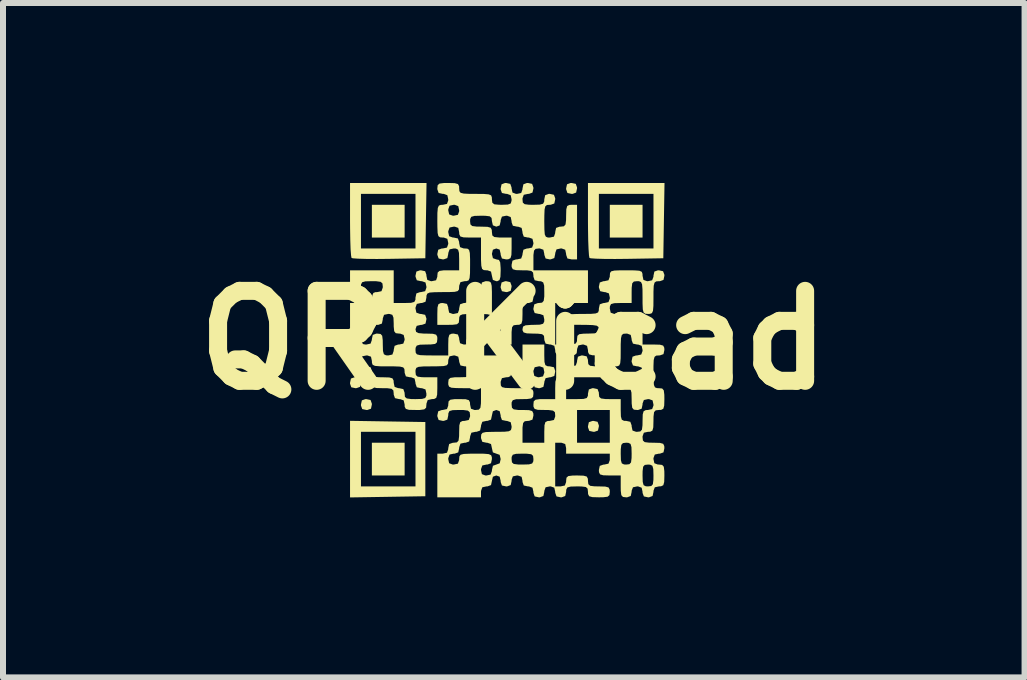
<source format=kicad_pcb>
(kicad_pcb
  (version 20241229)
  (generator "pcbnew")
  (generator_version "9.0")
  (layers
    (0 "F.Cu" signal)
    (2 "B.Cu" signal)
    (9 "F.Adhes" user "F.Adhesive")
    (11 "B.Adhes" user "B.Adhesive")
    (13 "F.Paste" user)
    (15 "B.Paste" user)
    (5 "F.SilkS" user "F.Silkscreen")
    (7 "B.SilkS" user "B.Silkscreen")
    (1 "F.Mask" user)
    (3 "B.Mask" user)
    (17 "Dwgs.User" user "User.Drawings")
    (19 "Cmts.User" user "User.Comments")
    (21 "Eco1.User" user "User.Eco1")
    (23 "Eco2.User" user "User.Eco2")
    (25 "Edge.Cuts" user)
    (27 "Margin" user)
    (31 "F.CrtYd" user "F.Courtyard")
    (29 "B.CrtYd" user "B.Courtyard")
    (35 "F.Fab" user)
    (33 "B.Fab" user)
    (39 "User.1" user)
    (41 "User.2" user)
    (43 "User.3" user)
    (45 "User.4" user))
  (footprint "QR Kicad"
    (layer "F.Cu")
    (at 5.514 2.62)
    (property "Reference" "QR Kicad" (at 0 0 0) (layer "F.SilkS") (effects (font (size 1.5 1.5) (thickness 0.3))))
    (attr board_only exclude_from_pos_files exclude_from_bom)
    (fp_poly (pts (xy -1.819 -1.983) (xy -1.819 -1.71) (xy -2.092 -1.71) (xy -2.365 -1.71) (xy -2.365 -1.983) (xy -2.365 -2.256) (xy -2.092 -2.256) (xy -1.819 -2.256)) (stroke (width 0) (type solid)) (fill yes) (layer "F.SilkS"))
    (fp_poly (pts (xy -1.819 1.983) (xy -1.819 2.256) (xy -2.092 2.256) (xy -2.365 2.256) (xy -2.365 1.983) (xy -2.365 1.71) (xy -2.092 1.71) (xy -1.819 1.71)) (stroke (width 0) (type solid)) (fill yes) (layer "F.SilkS"))
    (fp_poly (pts (xy 2.147 -1.983) (xy 2.147 -1.71) (xy 1.874 -1.71) (xy 1.601 -1.71) (xy 1.601 -1.983) (xy 1.601 -2.256) (xy 1.874 -2.256) (xy 2.147 -2.256)) (stroke (width 0) (type solid)) (fill yes) (layer "F.SilkS"))
    (fp_poly (pts (xy -2.387 0.998) (xy -2.366 1.057) (xy -2.365 1.073) (xy -2.38 1.143) (xy -2.44 1.164) (xy -2.456 1.164) (xy -2.526 1.149) (xy -2.547 1.09) (xy -2.547 1.073) (xy -2.532 1.004) (xy -2.473 0.983) (xy -2.456 0.983)) (stroke (width 0) (type solid)) (fill yes) (layer "F.SilkS"))
    (fp_poly (pts (xy -0.058 -0.967) (xy -0.037 -0.908) (xy -0.036 -0.892) (xy -0.051 -0.822) (xy -0.111 -0.801) (xy -0.127 -0.801) (xy -0.197 -0.816) (xy -0.218 -0.875) (xy -0.218 -0.892) (xy -0.203 -0.961) (xy -0.144 -0.982) (xy -0.127 -0.983)) (stroke (width 0) (type solid)) (fill yes) (layer "F.SilkS"))
    (fp_poly (pts (xy 1.034 -2.605) (xy 1.055 -2.546) (xy 1.055 -2.529) (xy 1.04 -2.46) (xy 0.981 -2.438) (xy 0.964 -2.438) (xy 0.895 -2.453) (xy 0.874 -2.512) (xy 0.873 -2.529) (xy 0.888 -2.598) (xy 0.948 -2.62) (xy 0.964 -2.62)) (stroke (width 0) (type solid)) (fill yes) (layer "F.SilkS"))
    (fp_poly (pts (xy 1.397 1.361) (xy 1.419 1.421) (xy 1.419 1.437) (xy 1.404 1.507) (xy 1.345 1.528) (xy 1.328 1.528) (xy 1.259 1.513) (xy 1.238 1.454) (xy 1.237 1.437) (xy 1.252 1.368) (xy 1.311 1.347) (xy 1.328 1.346)) (stroke (width 0) (type solid)) (fill yes) (layer "F.SilkS"))
    (fp_poly (pts (xy -2.102 1.355) (xy -1.474 1.365) (xy -1.474 1.983) (xy -1.474 2.602) (xy -2.102 2.612) (xy -2.729 2.622) (xy -2.729 1.983) (xy -2.547 1.983) (xy -2.547 2.438) (xy -2.092 2.438) (xy -1.638 2.438) (xy -1.638 1.983) (xy -1.638 1.528) (xy -2.092 1.528) (xy -2.547 1.528) (xy -2.547 1.983) (xy -2.729 1.983) (xy -2.729 1.345)) (stroke (width 0) (type solid)) (fill yes) (layer "F.SilkS"))
    (fp_poly (pts (xy 1.216 0.27) (xy 1.237 0.329) (xy 1.237 0.346) (xy 1.243 0.4) (xy 1.273 0.427) (xy 1.346 0.436) (xy 1.419 0.437) (xy 1.527 0.44) (xy 1.581 0.455) (xy 1.599 0.491) (xy 1.601 0.528) (xy 1.601 0.619) (xy 1.237 0.619) (xy 0.873 0.619) (xy 0.873 0.528) (xy 0.888 0.458) (xy 0.948 0.437) (xy 0.964 0.437) (xy 1.034 0.422) (xy 1.055 0.362) (xy 1.055 0.346) (xy 1.07 0.276) (xy 1.13 0.255) (xy 1.146 0.255)) (stroke (width 0) (type solid)) (fill yes) (layer "F.SilkS"))
    (fp_poly (pts (xy -1.464 -1.992) (xy -1.474 -1.365) (xy -2.076 -1.355) (xy -2.279 -1.353) (xy -2.456 -1.354) (xy -2.594 -1.358) (xy -2.68 -1.364) (xy -2.704 -1.37) (xy -2.712 -1.413) (xy -2.72 -1.516) (xy -2.725 -1.667) (xy -2.728 -1.853) (xy -2.729 -1.983) (xy -2.547 -1.983) (xy -2.547 -1.528) (xy -2.092 -1.528) (xy -1.638 -1.528) (xy -1.638 -1.983) (xy -1.638 -2.438) (xy -2.092 -2.438) (xy -2.547 -2.438) (xy -2.547 -1.983) (xy -2.729 -1.983) (xy -2.729 -2.007) (xy -2.729 -2.62) (xy -2.092 -2.62) (xy -1.454 -2.62)) (stroke (width 0) (type solid)) (fill yes) (layer "F.SilkS"))
    (fp_poly (pts (xy 2.503 -1.992) (xy 2.493 -1.365) (xy 1.89 -1.355) (xy 1.688 -1.353) (xy 1.511 -1.354) (xy 1.373 -1.358) (xy 1.286 -1.364) (xy 1.262 -1.37) (xy 1.254 -1.413) (xy 1.247 -1.516) (xy 1.241 -1.667) (xy 1.238 -1.853) (xy 1.237 -1.983) (xy 1.419 -1.983) (xy 1.419 -1.528) (xy 1.874 -1.528) (xy 2.329 -1.528) (xy 2.329 -1.983) (xy 2.329 -2.438) (xy 1.874 -2.438) (xy 1.419 -2.438) (xy 1.419 -1.983) (xy 1.237 -1.983) (xy 1.237 -2.007) (xy 1.237 -2.62) (xy 1.875 -2.62) (xy 2.513 -2.62)) (stroke (width 0) (type solid)) (fill yes) (layer "F.SilkS"))
    (fp_poly (pts (xy 0.509 0.255) (xy 0.512 0.363) (xy 0.527 0.417) (xy 0.564 0.435) (xy 0.6 0.437) (xy 0.67 0.452) (xy 0.691 0.511) (xy 0.691 0.528) (xy 0.676 0.597) (xy 0.617 0.618) (xy 0.6 0.619) (xy 0.531 0.634) (xy 0.51 0.693) (xy 0.509 0.71) (xy 0.494 0.779) (xy 0.435 0.8) (xy 0.418 0.801) (xy 0.349 0.786) (xy 0.328 0.726) (xy 0.328 0.71) (xy 0.312 0.64) (xy 0.253 0.619) (xy 0.237 0.619) (xy 0.19 0.615) (xy 0.163 0.595) (xy 0.15 0.542) (xy 0.149 0.528) (xy 0.328 0.528) (xy 0.343 0.597) (xy 0.402 0.618) (xy 0.418 0.619) (xy 0.488 0.604) (xy 0.509 0.544) (xy 0.509 0.528) (xy 0.494 0.458) (xy 0.435 0.437) (xy 0.418 0.437) (xy 0.349 0.452) (xy 0.328 0.511) (xy 0.328 0.528) (xy 0.149 0.528) (xy 0.146 0.442) (xy 0.146 0.346) (xy 0.146 0.073) (xy 0.328 0.073) (xy 0.509 0.073)) (stroke (width 0) (type solid)) (fill yes) (layer "F.SilkS"))
    (fp_poly (pts (xy -0.409 -0.979) (xy -0.381 -0.959) (xy -0.368 -0.906) (xy -0.364 -0.805) (xy -0.364 -0.71) (xy -0.364 -0.437) (xy -0.2 -0.437) (xy -0.099 -0.44) (xy -0.051 -0.459) (xy -0.037 -0.503) (xy -0.036 -0.528) (xy -0.021 -0.597) (xy 0.038 -0.618) (xy 0.055 -0.619) (xy 0.124 -0.634) (xy 0.145 -0.693) (xy 0.146 -0.71) (xy 0.161 -0.779) (xy 0.22 -0.8) (xy 0.237 -0.801) (xy 0.306 -0.786) (xy 0.327 -0.726) (xy 0.328 -0.71) (xy 0.312 -0.64) (xy 0.253 -0.619) (xy 0.237 -0.619) (xy 0.183 -0.613) (xy 0.156 -0.583) (xy 0.146 -0.51) (xy 0.146 -0.437) (xy 0.143 -0.329) (xy 0.128 -0.275) (xy 0.091 -0.256) (xy 0.055 -0.255) (xy -0.002 -0.248) (xy -0.028 -0.215) (xy -0.036 -0.135) (xy -0.036 -0.091) (xy -0.036 0.073) (xy -0.2 0.073) (xy -0.301 0.069) (xy -0.349 0.05) (xy -0.363 0.006) (xy -0.364 -0.018) (xy -0.347 -0.09) (xy -0.291 -0.109) (xy -0.23 -0.135) (xy -0.218 -0.182) (xy -0.244 -0.243) (xy -0.291 -0.255) (xy -0.348 -0.276) (xy -0.364 -0.346) (xy -0.367 -0.392) (xy -0.388 -0.419) (xy -0.44 -0.432) (xy -0.541 -0.436) (xy -0.637 -0.437) (xy -0.776 -0.436) (xy -0.857 -0.429) (xy -0.896 -0.411) (xy -0.909 -0.378) (xy -0.91 -0.346) (xy -0.916 -0.292) (xy -0.946 -0.265) (xy -1.019 -0.256) (xy -1.092 -0.255) (xy -1.274 -0.255) (xy -1.274 -0.437) (xy -1.271 -0.545) (xy -1.256 -0.599) (xy -1.219 -0.617) (xy -1.183 -0.619) (xy -1.113 -0.604) (xy -1.092 -0.544) (xy -1.092 -0.528) (xy -1.077 -0.458) (xy -1.017 -0.437) (xy -1.001 -0.437) (xy -0.931 -0.452) (xy -0.91 -0.511) (xy -0.91 -0.528) (xy -0.895 -0.597) (xy -0.836 -0.618) (xy -0.819 -0.619) (xy -0.75 -0.634) (xy -0.728 -0.693) (xy -0.728 -0.71) (xy -0.713 -0.779) (xy -0.654 -0.8) (xy -0.637 -0.801) (xy -0.568 -0.816) (xy -0.546 -0.875) (xy -0.546 -0.892) (xy -0.531 -0.961) (xy -0.472 -0.982) (xy -0.455 -0.983)) (stroke (width 0) (type solid)) (fill yes) (layer "F.SilkS"))
    (fp_poly (pts (xy 0.306 -2.605) (xy 0.327 -2.546) (xy 0.328 -2.529) (xy 0.312 -2.46) (xy 0.253 -2.438) (xy 0.237 -2.438) (xy 0.167 -2.423) (xy 0.146 -2.364) (xy 0.146 -2.347) (xy 0.151 -2.293) (xy 0.182 -2.266) (xy 0.254 -2.257) (xy 0.328 -2.256) (xy 0.435 -2.259) (xy 0.489 -2.274) (xy 0.508 -2.311) (xy 0.509 -2.347) (xy 0.524 -2.416) (xy 0.584 -2.438) (xy 0.6 -2.438) (xy 0.67 -2.423) (xy 0.691 -2.364) (xy 0.691 -2.347) (xy 0.676 -2.278) (xy 0.617 -2.257) (xy 0.6 -2.256) (xy 0.554 -2.253) (xy 0.527 -2.232) (xy 0.514 -2.18) (xy 0.51 -2.079) (xy 0.509 -1.983) (xy 0.511 -1.844) (xy 0.517 -1.763) (xy 0.535 -1.724) (xy 0.568 -1.711) (xy 0.6 -1.71) (xy 0.67 -1.725) (xy 0.691 -1.785) (xy 0.691 -1.801) (xy 0.706 -1.871) (xy 0.766 -1.892) (xy 0.782 -1.892) (xy 0.836 -1.898) (xy 0.863 -1.928) (xy 0.872 -2.001) (xy 0.873 -2.074) (xy 0.876 -2.182) (xy 0.891 -2.236) (xy 0.928 -2.254) (xy 0.964 -2.256) (xy 1.055 -2.256) (xy 1.055 -1.801) (xy 1.055 -1.346) (xy 0.964 -1.346) (xy 0.895 -1.361) (xy 0.874 -1.421) (xy 0.873 -1.437) (xy 0.858 -1.507) (xy 0.799 -1.528) (xy 0.782 -1.528) (xy 0.713 -1.513) (xy 0.692 -1.454) (xy 0.691 -1.437) (xy 0.676 -1.368) (xy 0.617 -1.347) (xy 0.6 -1.346) (xy 0.531 -1.361) (xy 0.51 -1.421) (xy 0.509 -1.437) (xy 0.494 -1.507) (xy 0.435 -1.528) (xy 0.418 -1.528) (xy 0.364 -1.522) (xy 0.338 -1.492) (xy 0.328 -1.419) (xy 0.328 -1.346) (xy 0.328 -1.164) (xy 0.782 -1.164) (xy 1.237 -1.164) (xy 1.237 -0.892) (xy 1.237 -0.619) (xy 0.964 -0.619) (xy 0.691 -0.619) (xy 0.691 -0.273) (xy 0.691 0.073) (xy 0.873 0.073) (xy 0.981 0.07) (xy 1.035 0.055) (xy 1.054 0.018) (xy 1.055 -0.018) (xy 1.419 -0.018) (xy 1.434 0.051) (xy 1.493 0.072) (xy 1.51 0.073) (xy 1.579 0.058) (xy 1.601 -0.001) (xy 1.601 -0.018) (xy 1.586 -0.087) (xy 1.527 -0.109) (xy 1.51 -0.109) (xy 1.441 -0.094) (xy 1.42 -0.035) (xy 1.419 -0.018) (xy 1.055 -0.018) (xy 1.061 -0.072) (xy 1.091 -0.099) (xy 1.164 -0.108) (xy 1.237 -0.109) (xy 1.346 -0.113) (xy 1.401 -0.129) (xy 1.418 -0.165) (xy 1.419 -0.182) (xy 1.413 -0.219) (xy 1.383 -0.241) (xy 1.316 -0.251) (xy 1.195 -0.255) (xy 1.146 -0.255) (xy 1.007 -0.256) (xy 0.926 -0.263) (xy 0.887 -0.28) (xy 0.874 -0.314) (xy 0.873 -0.346) (xy 0.877 -0.392) (xy 0.897 -0.419) (xy 0.95 -0.432) (xy 1.05 -0.436) (xy 1.146 -0.437) (xy 1.285 -0.438) (xy 1.366 -0.445) (xy 1.406 -0.462) (xy 1.418 -0.496) (xy 1.419 -0.528) (xy 1.434 -0.597) (xy 1.493 -0.618) (xy 1.51 -0.619) (xy 1.579 -0.634) (xy 1.601 -0.693) (xy 1.601 -0.71) (xy 1.586 -0.779) (xy 1.527 -0.8) (xy 1.51 -0.801) (xy 1.441 -0.816) (xy 1.42 -0.875) (xy 1.419 -0.892) (xy 1.434 -0.961) (xy 1.493 -0.982) (xy 1.51 -0.983) (xy 1.579 -0.998) (xy 1.601 -1.057) (xy 1.601 -1.073) (xy 1.605 -1.12) (xy 1.625 -1.147) (xy 1.678 -1.16) (xy 1.778 -1.164) (xy 1.874 -1.164) (xy 2.013 -1.163) (xy 2.094 -1.157) (xy 2.134 -1.139) (xy 2.146 -1.105) (xy 2.147 -1.073) (xy 2.162 -1.004) (xy 2.221 -0.983) (xy 2.238 -0.983) (xy 2.307 -0.998) (xy 2.329 -1.057) (xy 2.329 -1.073) (xy 2.344 -1.143) (xy 2.403 -1.164) (xy 2.42 -1.164) (xy 2.489 -1.149) (xy 2.511 -1.09) (xy 2.511 -1.073) (xy 2.496 -1.004) (xy 2.437 -0.983) (xy 2.42 -0.983) (xy 2.374 -0.979) (xy 2.347 -0.959) (xy 2.333 -0.906) (xy 2.329 -0.805) (xy 2.329 -0.71) (xy 2.328 -0.571) (xy 2.321 -0.489) (xy 2.303 -0.45) (xy 2.27 -0.438) (xy 2.238 -0.437) (xy 2.192 -0.44) (xy 2.165 -0.461) (xy 2.151 -0.513) (xy 2.147 -0.614) (xy 2.147 -0.71) (xy 2.146 -0.848) (xy 2.139 -0.93) (xy 2.121 -0.969) (xy 2.088 -0.982) (xy 2.056 -0.983) (xy 2.002 -0.977) (xy 1.975 -0.947) (xy 1.966 -0.874) (xy 1.965 -0.801) (xy 1.965 -0.619) (xy 1.783 -0.619) (xy 1.675 -0.616) (xy 1.621 -0.601) (xy 1.603 -0.564) (xy 1.601 -0.528) (xy 1.616 -0.458) (xy 1.675 -0.437) (xy 1.692 -0.437) (xy 1.761 -0.422) (xy 1.783 -0.362) (xy 1.783 -0.346) (xy 1.789 -0.292) (xy 1.819 -0.265) (xy 1.892 -0.256) (xy 1.965 -0.255) (xy 2.147 -0.255) (xy 2.147 -0.091) (xy 2.147 0.073) (xy 2.329 0.073) (xy 2.437 0.076) (xy 2.491 0.091) (xy 2.509 0.127) (xy 2.511 0.164) (xy 2.496 0.233) (xy 2.437 0.254) (xy 2.42 0.255) (xy 2.374 0.258) (xy 2.347 0.279) (xy 2.333 0.331) (xy 2.329 0.432) (xy 2.329 0.528) (xy 2.33 0.666) (xy 2.337 0.748) (xy 2.354 0.787) (xy 2.388 0.8) (xy 2.42 0.801) (xy 2.474 0.806) (xy 2.501 0.837) (xy 2.51 0.91) (xy 2.511 0.983) (xy 2.508 1.091) (xy 2.493 1.144) (xy 2.456 1.163) (xy 2.42 1.164) (xy 2.366 1.17) (xy 2.339 1.2) (xy 2.33 1.273) (xy 2.329 1.346) (xy 2.326 1.454) (xy 2.311 1.508) (xy 2.274 1.527) (xy 2.238 1.528) (xy 2.169 1.543) (xy 2.147 1.603) (xy 2.147 1.619) (xy 2.153 1.673) (xy 2.183 1.7) (xy 2.256 1.709) (xy 2.329 1.71) (xy 2.437 1.713) (xy 2.491 1.728) (xy 2.509 1.765) (xy 2.511 1.801) (xy 2.496 1.871) (xy 2.437 1.892) (xy 2.42 1.892) (xy 2.351 1.907) (xy 2.329 1.966) (xy 2.329 1.983) (xy 2.344 2.052) (xy 2.403 2.074) (xy 2.42 2.074) (xy 2.474 2.08) (xy 2.501 2.11) (xy 2.51 2.183) (xy 2.511 2.256) (xy 2.508 2.364) (xy 2.493 2.418) (xy 2.456 2.436) (xy 2.42 2.438) (xy 2.351 2.453) (xy 2.329 2.512) (xy 2.329 2.529) (xy 2.314 2.598) (xy 2.255 2.62) (xy 2.238 2.62) (xy 2.169 2.605) (xy 2.147 2.546) (xy 2.147 2.529) (xy 2.132 2.46) (xy 2.073 2.438) (xy 2.056 2.438) (xy 1.987 2.453) (xy 1.965 2.512) (xy 1.965 2.529) (xy 1.95 2.598) (xy 1.891 2.62) (xy 1.874 2.62) (xy 1.82 2.614) (xy 1.793 2.584) (xy 1.784 2.511) (xy 1.783 2.438) (xy 1.783 2.256) (xy 2.147 2.256) (xy 2.15 2.364) (xy 2.165 2.418) (xy 2.201 2.436) (xy 2.238 2.438) (xy 2.292 2.432) (xy 2.319 2.402) (xy 2.328 2.329) (xy 2.329 2.256) (xy 2.326 2.148) (xy 2.311 2.094) (xy 2.274 2.076) (xy 2.238 2.074) (xy 2.184 2.08) (xy 2.157 2.11) (xy 2.148 2.183) (xy 2.147 2.256) (xy 1.783 2.256) (xy 1.601 2.256) (xy 1.493 2.253) (xy 1.439 2.238) (xy 1.421 2.202) (xy 1.419 2.165) (xy 1.434 2.096) (xy 1.493 2.075) (xy 1.51 2.074) (xy 1.579 2.059) (xy 1.601 2) (xy 1.601 1.983) (xy 1.601 1.892) (xy 1.783 1.892) (xy 1.786 2) (xy 1.801 2.054) (xy 1.838 2.072) (xy 1.874 2.074) (xy 1.928 2.068) (xy 1.955 2.038) (xy 1.964 1.965) (xy 1.965 1.892) (xy 1.962 1.784) (xy 1.947 1.73) (xy 1.911 1.712) (xy 1.874 1.71) (xy 1.82 1.716) (xy 1.793 1.746) (xy 1.784 1.819) (xy 1.783 1.892) (xy 1.601 1.892) (xy 1.237 1.892) (xy 0.873 1.892) (xy 0.873 1.801) (xy 0.858 1.732) (xy 0.799 1.711) (xy 0.782 1.71) (xy 0.691 1.71) (xy 0.691 2.074) (xy 0.691 2.438) (xy 0.782 2.438) (xy 0.852 2.423) (xy 0.873 2.364) (xy 0.873 2.347) (xy 0.879 2.293) (xy 0.909 2.266) (xy 0.982 2.257) (xy 1.055 2.256) (xy 1.163 2.259) (xy 1.217 2.274) (xy 1.236 2.311) (xy 1.237 2.347) (xy 1.243 2.401) (xy 1.273 2.428) (xy 1.346 2.437) (xy 1.419 2.438) (xy 1.527 2.441) (xy 1.581 2.456) (xy 1.599 2.493) (xy 1.601 2.529) (xy 1.595 2.583) (xy 1.565 2.61) (xy 1.492 2.619) (xy 1.419 2.62) (xy 1.311 2.617) (xy 1.257 2.602) (xy 1.239 2.566) (xy 1.237 2.529) (xy 1.231 2.475) (xy 1.201 2.448) (xy 1.128 2.439) (xy 1.055 2.438) (xy 0.947 2.441) (xy 0.893 2.456) (xy 0.875 2.493) (xy 0.873 2.529) (xy 0.858 2.598) (xy 0.799 2.62) (xy 0.782 2.62) (xy 0.713 2.605) (xy 0.692 2.546) (xy 0.691 2.529) (xy 0.676 2.46) (xy 0.617 2.438) (xy 0.6 2.438) (xy 0.531 2.453) (xy 0.51 2.512) (xy 0.509 2.529) (xy 0.494 2.598) (xy 0.435 2.62) (xy 0.418 2.62) (xy 0.349 2.605) (xy 0.328 2.546) (xy 0.328 2.529) (xy 0.312 2.46) (xy 0.253 2.438) (xy 0.237 2.438) (xy 0.167 2.423) (xy 0.146 2.364) (xy 0.146 2.347) (xy 0.131 2.278) (xy 0.071 2.257) (xy 0.055 2.256) (xy -0.015 2.271) (xy -0.036 2.33) (xy -0.036 2.347) (xy -0.051 2.416) (xy -0.111 2.438) (xy -0.127 2.438) (xy -0.197 2.423) (xy -0.218 2.364) (xy -0.218 2.347) (xy -0.235 2.276) (xy -0.291 2.256) (xy -0.348 2.277) (xy -0.364 2.347) (xy -0.379 2.416) (xy -0.438 2.438) (xy -0.455 2.438) (xy -0.524 2.453) (xy -0.545 2.512) (xy -0.546 2.529) (xy -0.546 2.62) (xy -0.91 2.62) (xy -1.274 2.62) (xy -1.274 2.256) (xy -1.274 1.983) (xy -1.092 1.983) (xy -1.077 2.052) (xy -1.017 2.074) (xy -1.001 2.074) (xy -0.931 2.059) (xy -0.91 2) (xy -0.91 1.983) (xy -0.906 1.937) (xy -0.886 1.91) (xy -0.833 1.897) (xy -0.733 1.893) (xy -0.637 1.892) (xy -0.498 1.893) (xy -0.417 1.9) (xy -0.377 1.918) (xy -0.365 1.951) (xy -0.364 1.983) (xy -0.379 2.052) (xy -0.438 2.074) (xy -0.455 2.074) (xy -0.524 2.089) (xy -0.545 2.148) (xy -0.546 2.165) (xy -0.531 2.234) (xy -0.472 2.256) (xy -0.455 2.256) (xy -0.386 2.241) (xy -0.364 2.182) (xy -0.364 2.165) (xy -0.347 2.094) (xy -0.291 2.074) (xy -0.234 2.053) (xy -0.218 1.983) (xy -0.036 1.983) (xy -0.03 2.037) (xy -0.000385 2.064) (xy 0.073 2.073) (xy 0.146 2.074) (xy 0.254 2.071) (xy 0.307 2.056) (xy 0.326 2.02) (xy 0.328 1.983) (xy 0.322 1.929) (xy 0.292 1.902) (xy 0.219 1.893) (xy 0.146 1.892) (xy 0.038 1.895) (xy -0.016 1.91) (xy -0.035 1.947) (xy -0.036 1.983) (xy -0.218 1.983) (xy -0.235 1.912) (xy -0.291 1.892) (xy -0.348 1.871) (xy -0.364 1.801) (xy -0.379 1.732) (xy -0.438 1.711) (xy -0.455 1.71) (xy -0.524 1.695) (xy -0.545 1.636) (xy -0.546 1.619) (xy -0.542 1.572) (xy -0.52 1.545) (xy -0.465 1.532) (xy -0.359 1.529) (xy -0.291 1.528) (xy -0.158 1.527) (xy -0.082 1.519) (xy -0.047 1.499) (xy -0.037 1.462) (xy -0.036 1.437) (xy -0.051 1.368) (xy -0.111 1.347) (xy -0.127 1.346) (xy -0.197 1.331) (xy -0.218 1.272) (xy -0.218 1.255) (xy -0.235 1.184) (xy -0.291 1.164) (xy -0.348 1.186) (xy -0.364 1.255) (xy -0.379 1.325) (xy -0.438 1.346) (xy -0.455 1.346) (xy -0.524 1.361) (xy -0.545 1.421) (xy -0.546 1.437) (xy -0.561 1.507) (xy -0.62 1.528) (xy -0.637 1.528) (xy -0.706 1.543) (xy -0.727 1.603) (xy -0.728 1.619) (xy -0.743 1.689) (xy -0.802 1.71) (xy -0.819 1.71) (xy -0.888 1.725) (xy -0.909 1.785) (xy -0.91 1.801) (xy -0.925 1.871) (xy -0.984 1.892) (xy -1.001 1.892) (xy -1.07 1.907) (xy -1.091 1.966) (xy -1.092 1.983) (xy -1.274 1.983) (xy -1.274 1.892) (xy -1.183 1.892) (xy -1.113 1.877) (xy -1.092 1.818) (xy -1.092 1.801) (xy -1.077 1.732) (xy -1.017 1.711) (xy -1.001 1.71) (xy -0.947 1.704) (xy -0.92 1.674) (xy -0.911 1.601) (xy -0.91 1.528) (xy -0.907 1.42) (xy -0.892 1.367) (xy -0.855 1.348) (xy -0.819 1.346) (xy -0.75 1.331) (xy -0.728 1.272) (xy -0.728 1.255) (xy -0.734 1.201) (xy -0.764 1.175) (xy -0.837 1.165) (xy -0.91 1.164) (xy -1.018 1.167) (xy -1.072 1.182) (xy -1.09 1.219) (xy -1.092 1.255) (xy -1.107 1.325) (xy -1.166 1.346) (xy -1.183 1.346) (xy -1.252 1.331) (xy -1.273 1.272) (xy -1.274 1.255) (xy -1.259 1.186) (xy -1.199 1.165) (xy -1.183 1.164) (xy -1.113 1.149) (xy -1.092 1.09) (xy -1.092 1.073) (xy -1.086 1.02) (xy -1.056 0.993) (xy -0.983 0.983) (xy -0.91 0.983) (xy -0.802 0.985) (xy -0.748 1.001) (xy -0.73 1.037) (xy -0.728 1.073) (xy -0.713 1.143) (xy -0.654 1.164) (xy -0.637 1.164) (xy -0.583 1.159) (xy -0.556 1.128) (xy -0.547 1.056) (xy -0.546 0.983) (xy -0.546 0.801) (xy -0.819 0.801) (xy -0.958 0.799) (xy -1.039 0.793) (xy -1.078 0.775) (xy -1.091 0.742) (xy -1.092 0.71) (xy -1.086 0.656) (xy -1.056 0.629) (xy -0.983 0.619) (xy -0.91 0.619) (xy -0.802 0.616) (xy -0.748 0.601) (xy -0.73 0.564) (xy -0.728 0.528) (xy -0.743 0.458) (xy -0.802 0.437) (xy -0.819 0.437) (xy -0.888 0.422) (xy -0.909 0.362) (xy -0.91 0.346) (xy -0.925 0.276) (xy -0.984 0.255) (xy -1.001 0.255) (xy -1.07 0.27) (xy -1.091 0.329) (xy -1.092 0.346) (xy -1.095 0.392) (xy -1.116 0.419) (xy -1.168 0.432) (xy -1.269 0.436) (xy -1.365 0.437) (xy -1.503 0.438) (xy -1.585 0.445) (xy -1.624 0.462) (xy -1.637 0.496) (xy -1.638 0.528) (xy -1.632 0.582) (xy -1.602 0.609) (xy -1.529 0.618) (xy -1.456 0.619) (xy -1.274 0.619) (xy -1.274 0.801) (xy -1.277 0.909) (xy -1.292 0.962) (xy -1.328 0.981) (xy -1.365 0.983) (xy -1.434 0.998) (xy -1.455 1.057) (xy -1.456 1.073) (xy -1.461 1.127) (xy -1.492 1.154) (xy -1.565 1.164) (xy -1.638 1.164) (xy -1.746 1.162) (xy -1.799 1.146) (xy -1.818 1.11) (xy -1.819 1.073) (xy -1.835 1.004) (xy -1.894 0.983) (xy -1.91 0.983) (xy -1.98 0.967) (xy -2.001 0.908) (xy -2.001 0.892) (xy -2.007 0.838) (xy -2.037 0.811) (xy -2.11 0.801) (xy -2.183 0.801) (xy -2.291 0.798) (xy -2.345 0.783) (xy -2.364 0.746) (xy -2.365 0.71) (xy -2.38 0.64) (xy -2.44 0.619) (xy -2.456 0.619) (xy -2.526 0.634) (xy -2.547 0.693) (xy -2.547 0.71) (xy -2.562 0.779) (xy -2.621 0.8) (xy -2.638 0.801) (xy -2.708 0.786) (xy -2.729 0.726) (xy -2.729 0.71) (xy -2.714 0.64) (xy -2.655 0.619) (xy -2.638 0.619) (xy -2.569 0.604) (xy -2.548 0.544) (xy -2.547 0.528) (xy -2.562 0.458) (xy -2.621 0.437) (xy -2.638 0.437) (xy -2.729 0.437) (xy -2.729 0.346) (xy -2.547 0.346) (xy -2.532 0.415) (xy -2.473 0.436) (xy -2.456 0.437) (xy -2.387 0.452) (xy -2.366 0.511) (xy -2.365 0.528) (xy -2.359 0.582) (xy -2.329 0.609) (xy -2.256 0.618) (xy -2.183 0.619) (xy -2.075 0.622) (xy -2.022 0.637) (xy -2.003 0.673) (xy -2.001 0.71) (xy -1.986 0.779) (xy -1.927 0.8) (xy -1.91 0.801) (xy -1.841 0.816) (xy -1.82 0.875) (xy -1.819 0.892) (xy -1.814 0.946) (xy -1.783 0.972) (xy -1.711 0.982) (xy -1.638 0.983) (xy -1.53 0.98) (xy -1.476 0.965) (xy -1.457 0.928) (xy -1.456 0.892) (xy -1.471 0.822) (xy -1.53 0.801) (xy -1.547 0.801) (xy -1.616 0.786) (xy -1.637 0.726) (xy -1.638 0.71) (xy -1.653 0.64) (xy -1.712 0.619) (xy -1.729 0.619) (xy -1.798 0.604) (xy -1.819 0.544) (xy -1.819 0.528) (xy -1.823 0.481) (xy -1.843 0.454) (xy -1.896 0.441) (xy -1.997 0.437) (xy -2.092 0.437) (xy -2.231 0.436) (xy -2.313 0.429) (xy -2.352 0.411) (xy -2.364 0.378) (xy -2.365 0.346) (xy -2.38 0.276) (xy -2.44 0.255) (xy -2.456 0.255) (xy -2.526 0.27) (xy -2.547 0.329) (xy -2.547 0.346) (xy -2.729 0.346) (xy -2.729 -0.091) (xy -2.729 -0.619) (xy -2.638 -0.619) (xy -2.596 -0.616) (xy -2.57 -0.6) (xy -2.555 -0.556) (xy -2.549 -0.471) (xy -2.547 -0.331) (xy -2.547 -0.273) (xy -2.547 -0.113) (xy -2.542 -0.012) (xy -2.531 0.044) (xy -2.508 0.067) (xy -2.472 0.073) (xy -2.456 0.073) (xy -2.387 0.058) (xy -2.366 -0.001) (xy -2.365 -0.018) (xy -2.35 -0.087) (xy -2.291 -0.109) (xy -2.274 -0.109) (xy -2.22 -0.103) (xy -2.193 -0.073) (xy -2.184 -0.000241) (xy -2.183 0.073) (xy -2.18 0.181) (xy -2.165 0.235) (xy -2.129 0.253) (xy -2.092 0.255) (xy -2.023 0.24) (xy -2.002 0.181) (xy -2.001 0.164) (xy -1.986 0.095) (xy -1.927 0.073) (xy -1.91 0.073) (xy -1.841 0.058) (xy -1.82 -0.001) (xy -1.819 -0.018) (xy -1.835 -0.087) (xy -1.894 -0.109) (xy -1.91 -0.109) (xy -1.967 -0.116) (xy -1.993 -0.149) (xy -2.001 -0.229) (xy -2.001 -0.273) (xy -2.005 -0.374) (xy -2.024 -0.422) (xy -2.068 -0.436) (xy -2.092 -0.437) (xy -2.162 -0.422) (xy -2.183 -0.362) (xy -2.183 -0.346) (xy -2.198 -0.276) (xy -2.258 -0.255) (xy -2.274 -0.255) (xy -2.321 -0.258) (xy -2.348 -0.279) (xy -2.361 -0.331) (xy -2.365 -0.432) (xy -2.365 -0.528) (xy -1.638 -0.528) (xy -1.623 -0.458) (xy -1.563 -0.437) (xy -1.547 -0.437) (xy -1.477 -0.422) (xy -1.456 -0.362) (xy -1.456 -0.346) (xy -1.471 -0.276) (xy -1.53 -0.255) (xy -1.547 -0.255) (xy -1.618 -0.238) (xy -1.638 -0.182) (xy -1.628 -0.138) (xy -1.587 -0.117) (xy -1.498 -0.109) (xy -1.456 -0.109) (xy -1.348 -0.106) (xy -1.294 -0.091) (xy -1.275 -0.055) (xy -1.274 -0.018) (xy -1.28 0.036) (xy -1.31 0.063) (xy -1.383 0.072) (xy -1.456 0.073) (xy -1.564 0.076) (xy -1.617 0.091) (xy -1.636 0.127) (xy -1.638 0.164) (xy -1.634 0.21) (xy -1.614 0.237) (xy -1.561 0.25) (xy -1.46 0.254) (xy -1.365 0.255) (xy -1.092 0.255) (xy -1.092 0.073) (xy -1.089 -0.035) (xy -1.074 -0.089) (xy -1.037 -0.107) (xy -1.001 -0.109) (xy -0.931 -0.094) (xy -0.91 -0.035) (xy -0.91 -0.018) (xy -0.895 0.051) (xy -0.836 0.072) (xy -0.819 0.073) (xy -0.763 0.066) (xy -0.736 0.033) (xy -0.728 -0.047) (xy -0.728 -0.091) (xy -0.728 -0.255) (xy -0.546 -0.255) (xy -0.437 -0.251) (xy -0.382 -0.235) (xy -0.365 -0.199) (xy -0.364 -0.182) (xy -0.385 -0.125) (xy -0.455 -0.109) (xy -0.509 -0.103) (xy -0.536 -0.073) (xy -0.545 -0.000241) (xy -0.546 0.073) (xy -0.546 0.255) (xy -0.291 0.255) (xy -0.036 0.255) (xy -0.036 0.437) (xy -0.039 0.545) (xy -0.054 0.599) (xy -0.091 0.617) (xy -0.127 0.619) (xy -0.197 0.634) (xy -0.218 0.693) (xy -0.218 0.71) (xy -0.215 0.756) (xy -0.195 0.783) (xy -0.142 0.796) (xy -0.041 0.8) (xy 0.055 0.801) (xy 0.193 0.802) (xy 0.275 0.809) (xy 0.314 0.826) (xy 0.327 0.86) (xy 0.328 0.892) (xy 0.322 0.946) (xy 0.292 0.972) (xy 0.219 0.982) (xy 0.146 0.983) (xy 0.038 0.985) (xy -0.016 1.001) (xy -0.035 1.037) (xy -0.036 1.073) (xy -0.03 1.127) (xy -0.000385 1.154) (xy 0.073 1.164) (xy 0.146 1.164) (xy 0.254 1.167) (xy 0.307 1.182) (xy 0.326 1.219) (xy 0.328 1.255) (xy 0.312 1.325) (xy 0.253 1.346) (xy 0.237 1.346) (xy 0.183 1.352) (xy 0.156 1.382) (xy 0.146 1.455) (xy 0.146 1.528) (xy 0.146 1.71) (xy 0.328 1.71) (xy 0.509 1.71) (xy 0.509 1.528) (xy 0.512 1.437) (xy 1.055 1.437) (xy 1.055 1.71) (xy 1.328 1.71) (xy 1.601 1.71) (xy 1.601 1.437) (xy 1.601 1.164) (xy 1.328 1.164) (xy 1.055 1.164) (xy 1.055 1.437) (xy 0.512 1.437) (xy 0.512 1.42) (xy 0.527 1.367) (xy 0.564 1.348) (xy 0.6 1.346) (xy 0.67 1.331) (xy 0.691 1.272) (xy 0.691 1.255) (xy 0.686 1.201) (xy 0.655 1.175) (xy 0.582 1.165) (xy 0.509 1.164) (xy 0.401 1.162) (xy 0.348 1.146) (xy 0.329 1.11) (xy 0.328 1.073) (xy 0.333 1.02) (xy 0.364 0.993) (xy 0.436 0.983) (xy 0.509 0.983) (xy 0.691 0.983) (xy 0.691 0.801) (xy 0.694 0.693) (xy 0.709 0.639) (xy 0.746 0.62) (xy 0.782 0.619) (xy 0.836 0.625) (xy 0.863 0.655) (xy 0.872 0.728) (xy 0.873 0.801) (xy 0.873 0.983) (xy 1.055 0.983) (xy 1.163 0.98) (xy 1.217 0.965) (xy 1.236 0.928) (xy 1.237 0.892) (xy 1.252 0.822) (xy 1.311 0.801) (xy 1.328 0.801) (xy 1.397 0.816) (xy 1.419 0.875) (xy 1.419 0.892) (xy 1.425 0.946) (xy 1.455 0.972) (xy 1.528 0.982) (xy 1.601 0.983) (xy 1.783 0.983) (xy 1.783 1.164) (xy 1.786 1.272) (xy 1.801 1.326) (xy 1.838 1.345) (xy 1.874 1.346) (xy 1.943 1.361) (xy 1.965 1.421) (xy 1.965 1.437) (xy 1.98 1.507) (xy 2.039 1.528) (xy 2.056 1.528) (xy 2.11 1.522) (xy 2.137 1.492) (xy 2.146 1.419) (xy 2.147 1.346) (xy 2.15 1.238) (xy 2.165 1.185) (xy 2.201 1.166) (xy 2.238 1.164) (xy 2.307 1.149) (xy 2.329 1.09) (xy 2.329 1.073) (xy 2.314 1.004) (xy 2.255 0.983) (xy 2.238 0.983) (xy 2.169 0.998) (xy 2.147 1.057) (xy 2.147 1.073) (xy 2.132 1.143) (xy 2.073 1.164) (xy 2.056 1.164) (xy 2.002 1.159) (xy 1.975 1.128) (xy 1.966 1.056) (xy 1.965 0.983) (xy 1.962 0.875) (xy 1.947 0.821) (xy 1.911 0.802) (xy 1.874 0.801) (xy 1.805 0.786) (xy 1.783 0.726) (xy 1.783 0.71) (xy 1.789 0.656) (xy 1.819 0.629) (xy 1.892 0.619) (xy 1.965 0.619) (xy 2.073 0.616) (xy 2.127 0.601) (xy 2.145 0.564) (xy 2.147 0.528) (xy 2.132 0.458) (xy 2.073 0.437) (xy 2.056 0.437) (xy 1.987 0.422) (xy 1.965 0.362) (xy 1.965 0.346) (xy 1.98 0.276) (xy 2.039 0.255) (xy 2.056 0.255) (xy 2.125 0.24) (xy 2.147 0.181) (xy 2.147 0.164) (xy 2.132 0.095) (xy 2.073 0.073) (xy 2.056 0.073) (xy 1.987 0.058) (xy 1.965 -0.001) (xy 1.965 -0.018) (xy 1.95 -0.087) (xy 1.891 -0.109) (xy 1.874 -0.109) (xy 1.828 -0.106) (xy 1.801 -0.085) (xy 1.788 -0.033) (xy 1.783 0.068) (xy 1.783 0.164) (xy 1.782 0.303) (xy 1.775 0.384) (xy 1.758 0.423) (xy 1.724 0.436) (xy 1.692 0.437) (xy 1.623 0.422) (xy 1.602 0.362) (xy 1.601 0.346) (xy 1.595 0.292) (xy 1.565 0.265) (xy 1.492 0.256) (xy 1.419 0.255) (xy 1.311 0.252) (xy 1.257 0.237) (xy 1.239 0.2) (xy 1.237 0.164) (xy 1.222 0.095) (xy 1.163 0.073) (xy 1.146 0.073) (xy 1.077 0.088) (xy 1.056 0.147) (xy 1.055 0.164) (xy 1.049 0.218) (xy 1.019 0.245) (xy 0.946 0.254) (xy 0.873 0.255) (xy 0.765 0.252) (xy 0.711 0.237) (xy 0.693 0.2) (xy 0.691 0.164) (xy 0.676 0.095) (xy 0.617 0.073) (xy 0.6 0.073) (xy 0.531 0.058) (xy 0.51 -0.001) (xy 0.509 -0.018) (xy 0.504 -0.072) (xy 0.473 -0.099) (xy 0.401 -0.108) (xy 0.328 -0.109) (xy 0.218 -0.113) (xy 0.164 -0.129) (xy 0.146 -0.165) (xy 0.146 -0.182) (xy 0.155 -0.226) (xy 0.196 -0.247) (xy 0.285 -0.254) (xy 0.328 -0.255) (xy 0.435 -0.258) (xy 0.489 -0.273) (xy 0.508 -0.309) (xy 0.509 -0.346) (xy 0.494 -0.415) (xy 0.435 -0.436) (xy 0.418 -0.437) (xy 0.349 -0.452) (xy 0.328 -0.511) (xy 0.328 -0.528) (xy 0.343 -0.597) (xy 0.402 -0.618) (xy 0.418 -0.619) (xy 0.472 -0.625) (xy 0.499 -0.655) (xy 0.509 -0.728) (xy 0.509 -0.801) (xy 0.507 -0.909) (xy 0.491 -0.962) (xy 0.455 -0.981) (xy 0.418 -0.983) (xy 0.349 -0.998) (xy 0.328 -1.057) (xy 0.328 -1.073) (xy 0.322 -1.127) (xy 0.292 -1.154) (xy 0.219 -1.164) (xy 0.146 -1.164) (xy 0.038 -1.167) (xy -0.016 -1.182) (xy -0.035 -1.219) (xy -0.036 -1.255) (xy -0.021 -1.325) (xy 0.038 -1.346) (xy 0.055 -1.346) (xy 0.124 -1.361) (xy 0.145 -1.421) (xy 0.146 -1.437) (xy 0.161 -1.507) (xy 0.22 -1.528) (xy 0.237 -1.528) (xy 0.306 -1.543) (xy 0.327 -1.603) (xy 0.328 -1.619) (xy 0.312 -1.689) (xy 0.253 -1.71) (xy 0.237 -1.71) (xy 0.167 -1.725) (xy 0.146 -1.785) (xy 0.146 -1.801) (xy 0.131 -1.871) (xy 0.071 -1.892) (xy 0.055 -1.892) (xy -0.015 -1.907) (xy -0.036 -1.966) (xy -0.036 -1.983) (xy -0.051 -2.052) (xy -0.111 -2.074) (xy -0.127 -2.074) (xy -0.197 -2.059) (xy -0.218 -2) (xy -0.218 -1.983) (xy -0.235 -1.912) (xy -0.291 -1.892) (xy -0.348 -1.914) (xy -0.364 -1.983) (xy -0.37 -2.037) (xy -0.4 -2.064) (xy -0.473 -2.073) (xy -0.546 -2.074) (xy -0.654 -2.071) (xy -0.708 -2.056) (xy -0.726 -2.02) (xy -0.728 -1.983) (xy -0.722 -1.929) (xy -0.692 -1.902) (xy -0.619 -1.893) (xy -0.546 -1.892) (xy -0.438 -1.889) (xy -0.384 -1.874) (xy -0.366 -1.838) (xy -0.364 -1.801) (xy -0.357 -1.745) (xy -0.324 -1.719) (xy -0.244 -1.711) (xy -0.2 -1.71) (xy -0.036 -1.71) (xy -0.036 -1.528) (xy -0.039 -1.42) (xy -0.054 -1.367) (xy -0.091 -1.348) (xy -0.127 -1.346) (xy -0.197 -1.361) (xy -0.218 -1.421) (xy -0.218 -1.437) (xy -0.235 -1.509) (xy -0.291 -1.528) (xy -0.348 -1.507) (xy -0.364 -1.437) (xy -0.347 -1.366) (xy -0.291 -1.346) (xy -0.247 -1.337) (xy -0.226 -1.296) (xy -0.219 -1.207) (xy -0.218 -1.164) (xy -0.222 -1.055) (xy -0.238 -1.001) (xy -0.274 -0.983) (xy -0.291 -0.983) (xy -0.348 -1.004) (xy -0.364 -1.073) (xy -0.379 -1.143) (xy -0.438 -1.164) (xy -0.455 -1.164) (xy -0.501 -1.168) (xy -0.528 -1.188) (xy -0.541 -1.241) (xy -0.546 -1.342) (xy -0.546 -1.437) (xy -0.546 -1.71) (xy -0.728 -1.71) (xy -0.836 -1.713) (xy -0.89 -1.728) (xy -0.908 -1.765) (xy -0.91 -1.801) (xy -0.925 -1.871) (xy -0.984 -1.892) (xy -1.001 -1.892) (xy -1.07 -1.877) (xy -1.091 -1.818) (xy -1.092 -1.801) (xy -1.077 -1.732) (xy -1.017 -1.711) (xy -1.001 -1.71) (xy -0.931 -1.695) (xy -0.91 -1.636) (xy -0.91 -1.619) (xy -0.895 -1.55) (xy -0.836 -1.529) (xy -0.819 -1.528) (xy -0.772 -1.525) (xy -0.745 -1.505) (xy -0.732 -1.452) (xy -0.728 -1.351) (xy -0.728 -1.255) (xy -0.729 -1.117) (xy -0.736 -1.035) (xy -0.753 -0.996) (xy -0.787 -0.984) (xy -0.819 -0.983) (xy -0.888 -0.967) (xy -0.909 -0.908) (xy -0.91 -0.892) (xy -0.913 -0.845) (xy -0.934 -0.818) (xy -0.986 -0.805) (xy -1.087 -0.801) (xy -1.183 -0.801) (xy -1.321 -0.799) (xy -1.403 -0.793) (xy -1.442 -0.775) (xy -1.455 -0.742) (xy -1.456 -0.71) (xy -1.471 -0.64) (xy -1.53 -0.619) (xy -1.547 -0.619) (xy -1.616 -0.604) (xy -1.637 -0.544) (xy -1.638 -0.528) (xy -2.365 -0.528) (xy -2.364 -0.666) (xy -2.357 -0.748) (xy -2.34 -0.787) (xy -2.306 -0.8) (xy -2.274 -0.801) (xy -2.205 -0.816) (xy -2.184 -0.875) (xy -2.183 -0.892) (xy -2.189 -0.946) (xy -2.219 -0.972) (xy -2.292 -0.982) (xy -2.365 -0.983) (xy -2.473 -0.98) (xy -2.527 -0.965) (xy -2.546 -0.928) (xy -2.547 -0.892) (xy -2.562 -0.822) (xy -2.621 -0.801) (xy -2.638 -0.801) (xy -2.692 -0.806) (xy -2.719 -0.837) (xy -2.728 -0.91) (xy -2.729 -0.983) (xy -2.729 -1.164) (xy -2.365 -1.164) (xy -2.001 -1.164) (xy -2.001 -0.892) (xy -2.001 -0.619) (xy -1.819 -0.619) (xy -1.712 -0.622) (xy -1.658 -0.637) (xy -1.639 -0.673) (xy -1.638 -0.71) (xy -1.623 -0.779) (xy -1.563 -0.8) (xy -1.547 -0.801) (xy -1.477 -0.816) (xy -1.456 -0.875) (xy -1.456 -0.892) (xy -1.471 -0.961) (xy -1.53 -0.982) (xy -1.547 -0.983) (xy -1.616 -0.998) (xy -1.637 -1.057) (xy -1.638 -1.073) (xy -1.623 -1.143) (xy -1.563 -1.164) (xy -1.547 -1.164) (xy -1.477 -1.149) (xy -1.456 -1.09) (xy -1.456 -1.073) (xy -1.441 -1.004) (xy -1.381 -0.983) (xy -1.365 -0.983) (xy -1.295 -0.998) (xy -1.274 -1.057) (xy -1.274 -1.073) (xy -1.268 -1.127) (xy -1.238 -1.154) (xy -1.165 -1.164) (xy -1.092 -1.164) (xy -0.91 -1.164) (xy -0.91 -1.346) (xy -0.913 -1.454) (xy -0.928 -1.508) (xy -0.964 -1.527) (xy -1.001 -1.528) (xy -1.07 -1.513) (xy -1.091 -1.454) (xy -1.092 -1.437) (xy -1.107 -1.368) (xy -1.166 -1.347) (xy -1.183 -1.346) (xy -1.252 -1.361) (xy -1.273 -1.421) (xy -1.274 -1.437) (xy -1.259 -1.507) (xy -1.199 -1.528) (xy -1.183 -1.528) (xy -1.113 -1.543) (xy -1.092 -1.603) (xy -1.092 -1.619) (xy -1.107 -1.689) (xy -1.166 -1.71) (xy -1.183 -1.71) (xy -1.229 -1.714) (xy -1.256 -1.734) (xy -1.269 -1.787) (xy -1.273 -1.887) (xy -1.274 -1.983) (xy -1.273 -2.122) (xy -1.269 -2.165) (xy -1.092 -2.165) (xy -1.077 -2.096) (xy -1.017 -2.075) (xy -1.001 -2.074) (xy -0.931 -2.089) (xy -0.91 -2.148) (xy -0.91 -2.165) (xy -0.925 -2.234) (xy -0.984 -2.256) (xy -1.001 -2.256) (xy -1.07 -2.241) (xy -1.091 -2.182) (xy -1.092 -2.165) (xy -1.269 -2.165) (xy -1.266 -2.203) (xy -1.248 -2.243) (xy -1.215 -2.255) (xy -1.183 -2.256) (xy -1.113 -2.271) (xy -1.092 -2.33) (xy -1.092 -2.347) (xy -1.107 -2.416) (xy -1.166 -2.438) (xy -1.183 -2.438) (xy -1.252 -2.453) (xy -1.273 -2.512) (xy -1.274 -2.529) (xy -1.268 -2.583) (xy -1.238 -2.61) (xy -1.165 -2.619) (xy -1.092 -2.62) (xy -0.984 -2.617) (xy -0.93 -2.602) (xy -0.911 -2.566) (xy -0.91 -2.529) (xy -0.906 -2.483) (xy -0.886 -2.456) (xy -0.833 -2.443) (xy -0.733 -2.438) (xy -0.637 -2.438) (xy -0.498 -2.437) (xy -0.417 -2.43) (xy -0.377 -2.413) (xy -0.365 -2.379) (xy -0.364 -2.347) (xy -0.357 -2.291) (xy -0.324 -2.264) (xy -0.244 -2.257) (xy -0.2 -2.256) (xy -0.099 -2.26) (xy -0.051 -2.278) (xy -0.037 -2.323) (xy -0.036 -2.347) (xy -0.051 -2.416) (xy -0.111 -2.438) (xy -0.127 -2.438) (xy -0.197 -2.453) (xy -0.218 -2.512) (xy -0.218 -2.529) (xy -0.203 -2.598) (xy -0.144 -2.62) (xy -0.127 -2.62) (xy -0.058 -2.605) (xy -0.037 -2.546) (xy -0.036 -2.529) (xy -0.021 -2.46) (xy 0.038 -2.438) (xy 0.055 -2.438) (xy 0.124 -2.453) (xy 0.145 -2.512) (xy 0.146 -2.529) (xy 0.161 -2.598) (xy 0.22 -2.62) (xy 0.237 -2.62)) (stroke (width 0) (type solid)) (fill yes) (layer "F.SilkS")))
  (gr_rect
    (start -3 -3)
    (end 14.029 8.242)
    (stroke (width 0.1) (type default))
    (fill no)
    (layer "Edge.Cuts")))
</source>
